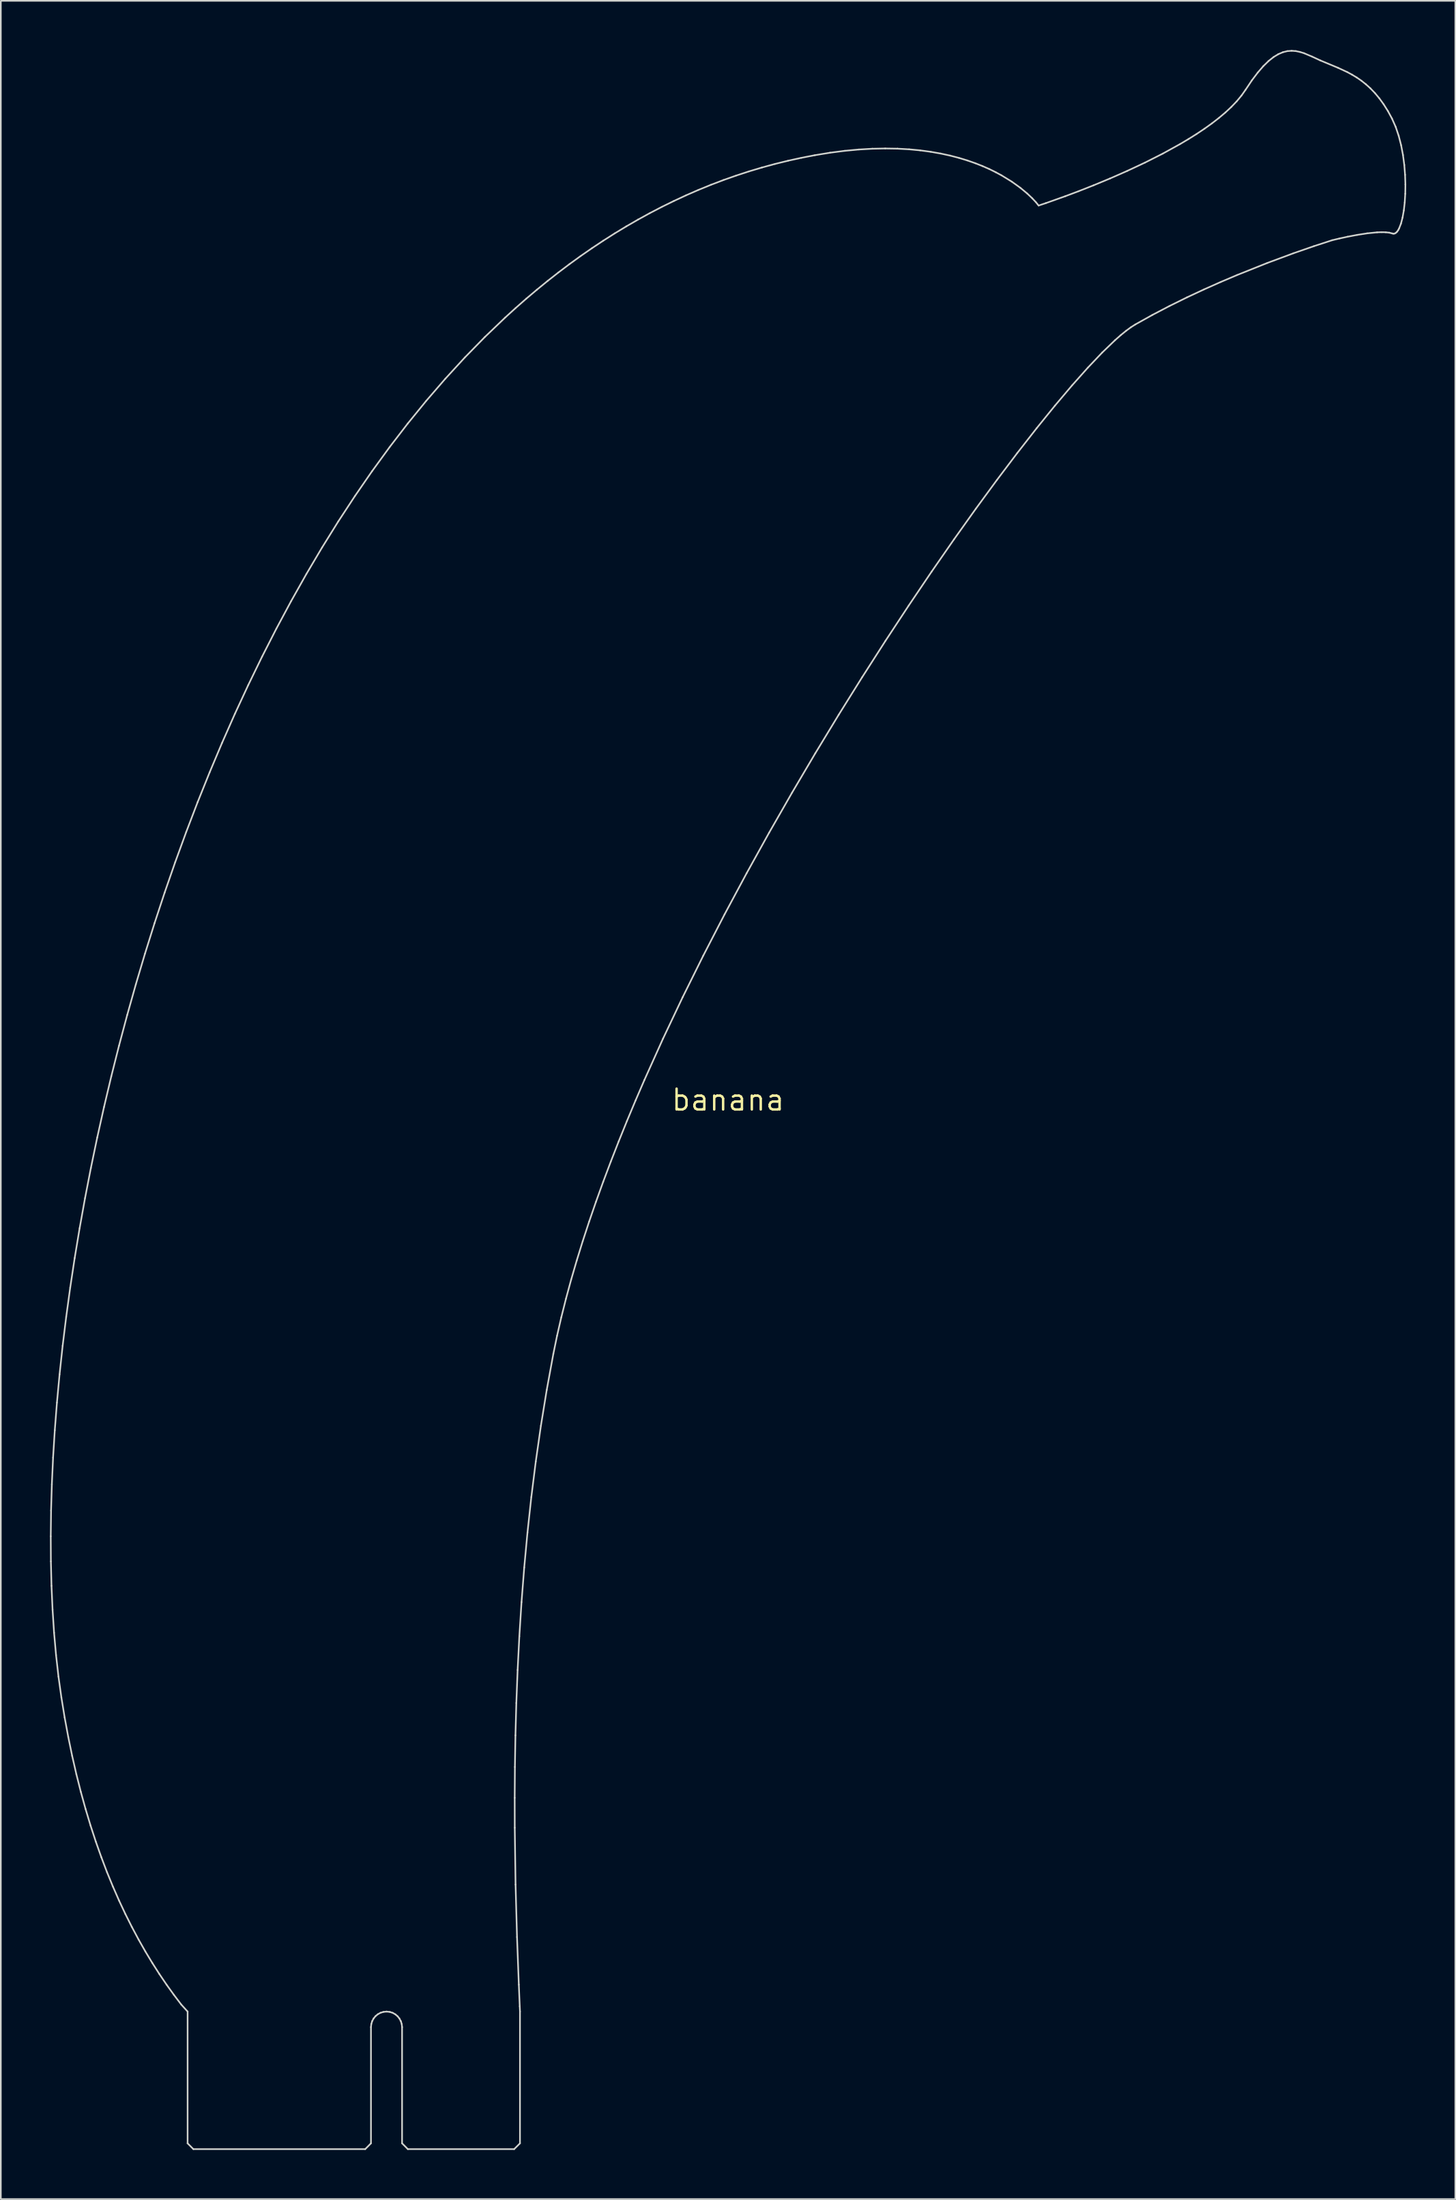
<source format=kicad_pcb>
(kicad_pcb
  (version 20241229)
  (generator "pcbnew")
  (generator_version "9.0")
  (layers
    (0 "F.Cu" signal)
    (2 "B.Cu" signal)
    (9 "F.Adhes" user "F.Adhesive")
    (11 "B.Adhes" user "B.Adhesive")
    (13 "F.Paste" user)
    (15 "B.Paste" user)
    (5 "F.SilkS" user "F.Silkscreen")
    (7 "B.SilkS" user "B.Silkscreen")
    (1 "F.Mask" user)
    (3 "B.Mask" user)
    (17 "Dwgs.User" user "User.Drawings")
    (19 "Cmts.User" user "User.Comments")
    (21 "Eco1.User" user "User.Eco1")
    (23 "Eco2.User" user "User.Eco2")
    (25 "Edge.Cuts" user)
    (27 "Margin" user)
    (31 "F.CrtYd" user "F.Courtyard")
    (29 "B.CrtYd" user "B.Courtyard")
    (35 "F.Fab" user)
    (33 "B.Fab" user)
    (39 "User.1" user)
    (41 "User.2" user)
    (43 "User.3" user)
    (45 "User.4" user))
  (footprint "banana"
    (layer "F.Cu")
    (at 41.417 64.1)
    (property "Reference" "banana" (at 0 0 0) (layer "F.SilkS") (effects (font (size 1.27 1.27) (thickness 0.15))))
    (attr through_hole)
    (fp_line (start -41.367 26.636) (end -41.359 28.168) (stroke (width 0.1) (type solid)) (layer "Edge.Cuts"))
    (fp_line (start -41.359 28.168) (end -41.322 29.661) (stroke (width 0.1) (type solid)) (layer "Edge.Cuts"))
    (fp_line (start -41.348 25.068) (end -41.367 26.636) (stroke (width 0.1) (type solid)) (layer "Edge.Cuts"))
    (fp_line (start -41.322 29.661) (end -41.257 31.113) (stroke (width 0.1) (type solid)) (layer "Edge.Cuts"))
    (fp_line (start -41.3 23.466) (end -41.348 25.068) (stroke (width 0.1) (type solid)) (layer "Edge.Cuts"))
    (fp_line (start -41.257 31.113) (end -41.165 32.523) (stroke (width 0.1) (type solid)) (layer "Edge.Cuts"))
    (fp_line (start -41.225 21.831) (end -41.3 23.466) (stroke (width 0.1) (type solid)) (layer "Edge.Cuts"))
    (fp_line (start -41.165 32.523) (end -41.044 33.888) (stroke (width 0.1) (type solid)) (layer "Edge.Cuts"))
    (fp_line (start -41.121 20.165) (end -41.225 21.831) (stroke (width 0.1) (type solid)) (layer "Edge.Cuts"))
    (fp_line (start -41.044 33.888) (end -40.895 35.206) (stroke (width 0.1) (type solid)) (layer "Edge.Cuts"))
    (fp_line (start -40.989 18.472) (end -41.121 20.165) (stroke (width 0.1) (type solid)) (layer "Edge.Cuts"))
    (fp_line (start -40.895 35.206) (end -40.718 36.475) (stroke (width 0.1) (type solid)) (layer "Edge.Cuts"))
    (fp_line (start -40.829 16.752) (end -40.989 18.472) (stroke (width 0.1) (type solid)) (layer "Edge.Cuts"))
    (fp_line (start -40.718 36.475) (end -40.518 37.701) (stroke (width 0.1) (type solid)) (layer "Edge.Cuts"))
    (fp_line (start -40.641 15.008) (end -40.829 16.752) (stroke (width 0.1) (type solid)) (layer "Edge.Cuts"))
    (fp_line (start -40.518 37.701) (end -40.298 38.89) (stroke (width 0.1) (type solid)) (layer "Edge.Cuts"))
    (fp_line (start -40.424 13.242) (end -40.641 15.008) (stroke (width 0.1) (type solid)) (layer "Edge.Cuts"))
    (fp_line (start -40.298 38.89) (end -40.06 40.042) (stroke (width 0.1) (type solid)) (layer "Edge.Cuts"))
    (fp_line (start -40.179 11.456) (end -40.424 13.242) (stroke (width 0.1) (type solid)) (layer "Edge.Cuts"))
    (fp_line (start -40.06 40.042) (end -39.804 41.159) (stroke (width 0.1) (type solid)) (layer "Edge.Cuts"))
    (fp_line (start -39.906 9.651) (end -40.179 11.456) (stroke (width 0.1) (type solid)) (layer "Edge.Cuts"))
    (fp_line (start -39.804 41.159) (end -39.53 42.241) (stroke (width 0.1) (type solid)) (layer "Edge.Cuts"))
    (fp_line (start -39.604 7.831) (end -39.906 9.651) (stroke (width 0.1) (type solid)) (layer "Edge.Cuts"))
    (fp_line (start -39.53 42.241) (end -39.24 43.288) (stroke (width 0.1) (type solid)) (layer "Edge.Cuts"))
    (fp_line (start -39.274 5.997) (end -39.604 7.831) (stroke (width 0.1) (type solid)) (layer "Edge.Cuts"))
    (fp_line (start -39.24 43.288) (end -38.935 44.301) (stroke (width 0.1) (type solid)) (layer "Edge.Cuts"))
    (fp_line (start -38.935 44.301) (end -38.614 45.281) (stroke (width 0.1) (type solid)) (layer "Edge.Cuts"))
    (fp_line (start -38.916 4.151) (end -39.274 5.997) (stroke (width 0.1) (type solid)) (layer "Edge.Cuts"))
    (fp_line (start -38.614 45.281) (end -38.279 46.227) (stroke (width 0.1) (type solid)) (layer "Edge.Cuts"))
    (fp_line (start -38.529 2.295) (end -38.916 4.151) (stroke (width 0.1) (type solid)) (layer "Edge.Cuts"))
    (fp_line (start -38.279 46.227) (end -37.931 47.142) (stroke (width 0.1) (type solid)) (layer "Edge.Cuts"))
    (fp_line (start -38.114 0.431) (end -38.529 2.295) (stroke (width 0.1) (type solid)) (layer "Edge.Cuts"))
    (fp_line (start -37.931 47.142) (end -37.569 48.024) (stroke (width 0.1) (type solid)) (layer "Edge.Cuts"))
    (fp_line (start -37.671 -1.438) (end -38.114 0.431) (stroke (width 0.1) (type solid)) (layer "Edge.Cuts"))
    (fp_line (start -37.569 48.024) (end -37.195 48.876) (stroke (width 0.1) (type solid)) (layer "Edge.Cuts"))
    (fp_line (start -37.199 -3.311) (end -37.671 -1.438) (stroke (width 0.1) (type solid)) (layer "Edge.Cuts"))
    (fp_line (start -37.195 48.876) (end -36.809 49.697) (stroke (width 0.1) (type solid)) (layer "Edge.Cuts"))
    (fp_line (start -36.809 49.697) (end -36.413 50.487) (stroke (width 0.1) (type solid)) (layer "Edge.Cuts"))
    (fp_line (start -36.698 -5.186) (end -37.199 -3.311) (stroke (width 0.1) (type solid)) (layer "Edge.Cuts"))
    (fp_line (start -36.413 50.487) (end -36.006 51.249) (stroke (width 0.1) (type solid)) (layer "Edge.Cuts"))
    (fp_line (start -36.17 -7.06) (end -36.698 -5.186) (stroke (width 0.1) (type solid)) (layer "Edge.Cuts"))
    (fp_line (start -36.006 51.249) (end -35.59 51.981) (stroke (width 0.1) (type solid)) (layer "Edge.Cuts"))
    (fp_line (start -35.612 -8.932) (end -36.17 -7.06) (stroke (width 0.1) (type solid)) (layer "Edge.Cuts"))
    (fp_line (start -35.59 51.981) (end -35.165 52.685) (stroke (width 0.1) (type solid)) (layer "Edge.Cuts"))
    (fp_line (start -35.165 52.685) (end -34.732 53.362) (stroke (width 0.1) (type solid)) (layer "Edge.Cuts"))
    (fp_line (start -35.026 -10.799) (end -35.612 -8.932) (stroke (width 0.1) (type solid)) (layer "Edge.Cuts"))
    (fp_line (start -34.732 53.362) (end -34.292 54.011) (stroke (width 0.1) (type solid)) (layer "Edge.Cuts"))
    (fp_line (start -34.411 -12.66) (end -35.026 -10.799) (stroke (width 0.1) (type solid)) (layer "Edge.Cuts"))
    (fp_line (start -34.292 54.011) (end -33.845 54.633) (stroke (width 0.1) (type solid)) (layer "Edge.Cuts"))
    (fp_line (start -33.845 54.633) (end -33.392 55.23) (stroke (width 0.1) (type solid)) (layer "Edge.Cuts"))
    (fp_line (start -33.768 -14.512) (end -34.411 -12.66) (stroke (width 0.1) (type solid)) (layer "Edge.Cuts"))
    (fp_line (start -33.392 55.23) (end -33.009 55.651) (stroke (width 0.1) (type solid)) (layer "Edge.Cuts"))
    (fp_line (start -33.096 -16.353) (end -33.768 -14.512) (stroke (width 0.1) (type solid)) (layer "Edge.Cuts"))
    (fp_line (start -33.009 63.695) (end -33.009 63.695) (stroke (width 0.1) (type solid)) (layer "Edge.Cuts"))
    (fp_line (start -33.009 63.695) (end -32.656 64.05) (stroke (width 0.1) (type solid)) (layer "Edge.Cuts"))
    (fp_line (start -33.009 55.651) (end -33.009 63.695) (stroke (width 0.1) (type solid)) (layer "Edge.Cuts"))
    (fp_line (start -32.656 64.05) (end -22.163 64.05) (stroke (width 0.1) (type solid)) (layer "Edge.Cuts"))
    (fp_line (start -32.396 -18.182) (end -33.096 -16.353) (stroke (width 0.1) (type solid)) (layer "Edge.Cuts"))
    (fp_line (start -31.666 -19.995) (end -32.396 -18.182) (stroke (width 0.1) (type solid)) (layer "Edge.Cuts"))
    (fp_line (start -30.908 -21.792) (end -31.666 -19.995) (stroke (width 0.1) (type solid)) (layer "Edge.Cuts"))
    (fp_line (start -30.122 -23.57) (end -30.908 -21.792) (stroke (width 0.1) (type solid)) (layer "Edge.Cuts"))
    (fp_line (start -29.306 -25.327) (end -30.122 -23.57) (stroke (width 0.1) (type solid)) (layer "Edge.Cuts"))
    (fp_line (start -28.462 -27.061) (end -29.306 -25.327) (stroke (width 0.1) (type solid)) (layer "Edge.Cuts"))
    (fp_line (start -27.589 -28.77) (end -28.462 -27.061) (stroke (width 0.1) (type solid)) (layer "Edge.Cuts"))
    (fp_line (start -26.687 -30.452) (end -27.589 -28.77) (stroke (width 0.1) (type solid)) (layer "Edge.Cuts"))
    (fp_line (start -25.757 -32.104) (end -26.687 -30.452) (stroke (width 0.1) (type solid)) (layer "Edge.Cuts"))
    (fp_line (start -24.797 -33.726) (end -25.757 -32.104) (stroke (width 0.1) (type solid)) (layer "Edge.Cuts"))
    (fp_line (start -23.809 -35.314) (end -24.797 -33.726) (stroke (width 0.1) (type solid)) (layer "Edge.Cuts"))
    (fp_line (start -22.791 -36.866) (end -23.809 -35.314) (stroke (width 0.1) (type solid)) (layer "Edge.Cuts"))
    (fp_line (start -22.163 64.05) (end -21.81 63.695) (stroke (width 0.1) (type solid)) (layer "Edge.Cuts"))
    (fp_line (start -21.81 63.695) (end -21.81 56.601) (stroke (width 0.1) (type solid)) (layer "Edge.Cuts"))
    (fp_line (start -21.81 56.601) (end -21.79 56.41) (stroke (width 0.1) (type solid)) (layer "Edge.Cuts"))
    (fp_line (start -21.79 56.41) (end -21.734 56.232) (stroke (width 0.1) (type solid)) (layer "Edge.Cuts"))
    (fp_line (start -21.745 -38.382) (end -22.791 -36.866) (stroke (width 0.1) (type solid)) (layer "Edge.Cuts"))
    (fp_line (start -21.734 56.232) (end -21.647 56.071) (stroke (width 0.1) (type solid)) (layer "Edge.Cuts"))
    (fp_line (start -21.647 56.071) (end -21.531 55.93) (stroke (width 0.1) (type solid)) (layer "Edge.Cuts"))
    (fp_line (start -21.531 55.93) (end -21.39 55.815) (stroke (width 0.1) (type solid)) (layer "Edge.Cuts"))
    (fp_line (start -21.39 55.815) (end -21.229 55.727) (stroke (width 0.1) (type solid)) (layer "Edge.Cuts"))
    (fp_line (start -21.229 55.727) (end -21.05 55.672) (stroke (width 0.1) (type solid)) (layer "Edge.Cuts"))
    (fp_line (start -21.05 55.672) (end -20.859 55.653) (stroke (width 0.1) (type solid)) (layer "Edge.Cuts"))
    (fp_line (start -20.859 55.653) (end -20.661 55.673) (stroke (width 0.1) (type solid)) (layer "Edge.Cuts"))
    (fp_line (start -20.67 -39.857) (end -21.745 -38.382) (stroke (width 0.1) (type solid)) (layer "Edge.Cuts"))
    (fp_line (start -20.661 55.673) (end -20.48 55.731) (stroke (width 0.1) (type solid)) (layer "Edge.Cuts"))
    (fp_line (start -20.48 55.731) (end -20.32 55.822) (stroke (width 0.1) (type solid)) (layer "Edge.Cuts"))
    (fp_line (start -20.32 55.822) (end -20.181 55.94) (stroke (width 0.1) (type solid)) (layer "Edge.Cuts"))
    (fp_line (start -20.181 55.94) (end -20.069 56.082) (stroke (width 0.1) (type solid)) (layer "Edge.Cuts"))
    (fp_line (start -20.069 56.082) (end -19.984 56.243) (stroke (width 0.1) (type solid)) (layer "Edge.Cuts"))
    (fp_line (start -19.984 56.243) (end -19.93 56.417) (stroke (width 0.1) (type solid)) (layer "Edge.Cuts"))
    (fp_line (start -19.93 56.417) (end -19.91 56.601) (stroke (width 0.1) (type solid)) (layer "Edge.Cuts"))
    (fp_line (start -19.91 63.695) (end -19.557 64.05) (stroke (width 0.1) (type solid)) (layer "Edge.Cuts"))
    (fp_line (start -19.91 56.601) (end -19.91 63.695) (stroke (width 0.1) (type solid)) (layer "Edge.Cuts"))
    (fp_line (start -19.566 -41.292) (end -20.67 -39.857) (stroke (width 0.1) (type solid)) (layer "Edge.Cuts"))
    (fp_line (start -19.557 64.05) (end -13.065 64.05) (stroke (width 0.1) (type solid)) (layer "Edge.Cuts"))
    (fp_line (start -18.432 -42.683) (end -19.566 -41.292) (stroke (width 0.1) (type solid)) (layer "Edge.Cuts"))
    (fp_line (start -17.27 -44.028) (end -18.432 -42.683) (stroke (width 0.1) (type solid)) (layer "Edge.Cuts"))
    (fp_line (start -16.079 -45.325) (end -17.27 -44.028) (stroke (width 0.1) (type solid)) (layer "Edge.Cuts"))
    (fp_line (start -14.858 -46.573) (end -16.079 -45.325) (stroke (width 0.1) (type solid)) (layer "Edge.Cuts"))
    (fp_line (start -13.608 -47.769) (end -14.858 -46.573) (stroke (width 0.1) (type solid)) (layer "Edge.Cuts"))
    (fp_line (start -13.065 64.05) (end -12.709 63.695) (stroke (width 0.1) (type solid)) (layer "Edge.Cuts"))
    (fp_line (start -13.032 42.6) (end -13.019 40.719) (stroke (width 0.1) (type solid)) (layer "Edge.Cuts"))
    (fp_line (start -13.028 44.426) (end -13.032 42.6) (stroke (width 0.1) (type solid)) (layer "Edge.Cuts"))
    (fp_line (start -13.019 40.719) (end -12.986 38.789) (stroke (width 0.1) (type solid)) (layer "Edge.Cuts"))
    (fp_line (start -12.986 38.789) (end -12.932 36.814) (stroke (width 0.1) (type solid)) (layer "Edge.Cuts"))
    (fp_line (start -12.979 47.899) (end -13.028 44.426) (stroke (width 0.1) (type solid)) (layer "Edge.Cuts"))
    (fp_line (start -12.973 -48.347) (end -13.608 -47.769) (stroke (width 0.1) (type solid)) (layer "Edge.Cuts"))
    (fp_line (start -12.932 36.814) (end -12.853 34.797) (stroke (width 0.1) (type solid)) (layer "Edge.Cuts"))
    (fp_line (start -12.89 51.104) (end -12.979 47.899) (stroke (width 0.1) (type solid)) (layer "Edge.Cuts"))
    (fp_line (start -12.853 34.797) (end -12.748 32.743) (stroke (width 0.1) (type solid)) (layer "Edge.Cuts"))
    (fp_line (start -12.78 54.006) (end -12.89 51.104) (stroke (width 0.1) (type solid)) (layer "Edge.Cuts"))
    (fp_line (start -12.748 32.743) (end -12.615 30.657) (stroke (width 0.1) (type solid)) (layer "Edge.Cuts"))
    (fp_line (start -12.723 55.333) (end -12.78 54.006) (stroke (width 0.1) (type solid)) (layer "Edge.Cuts"))
    (fp_line (start -12.709 55.651) (end -12.723 55.333) (stroke (width 0.1) (type solid)) (layer "Edge.Cuts"))
    (fp_line (start -12.709 63.695) (end -12.709 55.651) (stroke (width 0.1) (type solid)) (layer "Edge.Cuts"))
    (fp_line (start -12.615 30.657) (end -12.45 28.542) (stroke (width 0.1) (type solid)) (layer "Edge.Cuts"))
    (fp_line (start -12.45 28.542) (end -12.251 26.404) (stroke (width 0.1) (type solid)) (layer "Edge.Cuts"))
    (fp_line (start -12.33 -48.912) (end -12.973 -48.347) (stroke (width 0.1) (type solid)) (layer "Edge.Cuts"))
    (fp_line (start -12.251 26.404) (end -12.017 24.246) (stroke (width 0.1) (type solid)) (layer "Edge.Cuts"))
    (fp_line (start -12.017 24.246) (end -11.744 22.072) (stroke (width 0.1) (type solid)) (layer "Edge.Cuts"))
    (fp_line (start -11.744 22.072) (end -11.431 19.888) (stroke (width 0.1) (type solid)) (layer "Edge.Cuts"))
    (fp_line (start -11.679 -49.462) (end -12.33 -48.912) (stroke (width 0.1) (type solid)) (layer "Edge.Cuts"))
    (fp_line (start -11.431 19.888) (end -11.074 17.697) (stroke (width 0.1) (type solid)) (layer "Edge.Cuts"))
    (fp_line (start -11.074 17.697) (end -10.672 15.503) (stroke (width 0.1) (type solid)) (layer "Edge.Cuts"))
    (fp_line (start -11.022 -49.998) (end -11.679 -49.462) (stroke (width 0.1) (type solid)) (layer "Edge.Cuts"))
    (fp_line (start -10.672 15.503) (end -10.445 14.397) (stroke (width 0.1) (type solid)) (layer "Edge.Cuts"))
    (fp_line (start -10.445 14.397) (end -10.187 13.273) (stroke (width 0.1) (type solid)) (layer "Edge.Cuts"))
    (fp_line (start -10.357 -50.52) (end -11.022 -49.998) (stroke (width 0.1) (type solid)) (layer "Edge.Cuts"))
    (fp_line (start -10.187 13.273) (end -9.9 12.133) (stroke (width 0.1) (type solid)) (layer "Edge.Cuts"))
    (fp_line (start -9.9 12.133) (end -9.586 10.976) (stroke (width 0.1) (type solid)) (layer "Edge.Cuts"))
    (fp_line (start -9.685 -51.027) (end -10.357 -50.52) (stroke (width 0.1) (type solid)) (layer "Edge.Cuts"))
    (fp_line (start -9.586 10.976) (end -9.244 9.805) (stroke (width 0.1) (type solid)) (layer "Edge.Cuts"))
    (fp_line (start -9.244 9.805) (end -8.877 8.621) (stroke (width 0.1) (type solid)) (layer "Edge.Cuts"))
    (fp_line (start -9.005 -51.519) (end -9.685 -51.027) (stroke (width 0.1) (type solid)) (layer "Edge.Cuts"))
    (fp_line (start -8.877 8.621) (end -8.484 7.423) (stroke (width 0.1) (type solid)) (layer "Edge.Cuts"))
    (fp_line (start -8.484 7.423) (end -8.067 6.214) (stroke (width 0.1) (type solid)) (layer "Edge.Cuts"))
    (fp_line (start -8.318 -51.995) (end -9.005 -51.519) (stroke (width 0.1) (type solid)) (layer "Edge.Cuts"))
    (fp_line (start -8.067 6.214) (end -7.627 4.995) (stroke (width 0.1) (type solid)) (layer "Edge.Cuts"))
    (fp_line (start -7.627 4.995) (end -7.164 3.766) (stroke (width 0.1) (type solid)) (layer "Edge.Cuts"))
    (fp_line (start -7.624 -52.456) (end -8.318 -51.995) (stroke (width 0.1) (type solid)) (layer "Edge.Cuts"))
    (fp_line (start -7.164 3.766) (end -6.68 2.529) (stroke (width 0.1) (type solid)) (layer "Edge.Cuts"))
    (fp_line (start -6.923 -52.902) (end -7.624 -52.456) (stroke (width 0.1) (type solid)) (layer "Edge.Cuts"))
    (fp_line (start -6.68 2.529) (end -6.176 1.285) (stroke (width 0.1) (type solid)) (layer "Edge.Cuts"))
    (fp_line (start -6.214 -53.331) (end -6.923 -52.902) (stroke (width 0.1) (type solid)) (layer "Edge.Cuts"))
    (fp_line (start -6.176 1.285) (end -5.652 0.034) (stroke (width 0.1) (type solid)) (layer "Edge.Cuts"))
    (fp_line (start -5.652 0.034) (end -5.109 -1.222) (stroke (width 0.1) (type solid)) (layer "Edge.Cuts"))
    (fp_line (start -5.498 -53.744) (end -6.214 -53.331) (stroke (width 0.1) (type solid)) (layer "Edge.Cuts"))
    (fp_line (start -5.109 -1.222) (end -3.972 -3.745) (stroke (width 0.1) (type solid)) (layer "Edge.Cuts"))
    (fp_line (start -4.775 -54.141) (end -5.498 -53.744) (stroke (width 0.1) (type solid)) (layer "Edge.Cuts"))
    (fp_line (start -4.044 -54.521) (end -4.775 -54.141) (stroke (width 0.1) (type solid)) (layer "Edge.Cuts"))
    (fp_line (start -3.972 -3.745) (end -2.772 -6.276) (stroke (width 0.1) (type solid)) (layer "Edge.Cuts"))
    (fp_line (start -3.306 -54.883) (end -4.044 -54.521) (stroke (width 0.1) (type solid)) (layer "Edge.Cuts"))
    (fp_line (start -2.772 -6.276) (end -1.517 -8.807) (stroke (width 0.1) (type solid)) (layer "Edge.Cuts"))
    (fp_line (start -2.561 -55.229) (end -3.306 -54.883) (stroke (width 0.1) (type solid)) (layer "Edge.Cuts"))
    (fp_line (start -1.808 -55.557) (end -2.561 -55.229) (stroke (width 0.1) (type solid)) (layer "Edge.Cuts"))
    (fp_line (start -1.517 -8.807) (end -0.214 -11.33) (stroke (width 0.1) (type solid)) (layer "Edge.Cuts"))
    (fp_line (start -1.048 -55.867) (end -1.808 -55.557) (stroke (width 0.1) (type solid)) (layer "Edge.Cuts"))
    (fp_line (start -0.281 -56.159) (end -1.048 -55.867) (stroke (width 0.1) (type solid)) (layer "Edge.Cuts"))
    (fp_line (start -0.214 -11.33) (end 1.13 -13.835) (stroke (width 0.1) (type solid)) (layer "Edge.Cuts"))
    (fp_line (start 0.494 -56.432) (end -0.281 -56.159) (stroke (width 0.1) (type solid)) (layer "Edge.Cuts"))
    (fp_line (start 1.13 -13.835) (end 2.506 -16.315) (stroke (width 0.1) (type solid)) (layer "Edge.Cuts"))
    (fp_line (start 1.276 -56.687) (end 0.494 -56.432) (stroke (width 0.1) (type solid)) (layer "Edge.Cuts"))
    (fp_line (start 2.066 -56.923) (end 1.276 -56.687) (stroke (width 0.1) (type solid)) (layer "Edge.Cuts"))
    (fp_line (start 2.506 -16.315) (end 3.908 -18.76) (stroke (width 0.1) (type solid)) (layer "Edge.Cuts"))
    (fp_line (start 2.862 -57.141) (end 2.066 -56.923) (stroke (width 0.1) (type solid)) (layer "Edge.Cuts"))
    (fp_line (start 3.666 -57.338) (end 2.862 -57.141) (stroke (width 0.1) (type solid)) (layer "Edge.Cuts"))
    (fp_line (start 3.908 -18.76) (end 5.327 -21.163) (stroke (width 0.1) (type solid)) (layer "Edge.Cuts"))
    (fp_line (start 4.478 -57.516) (end 3.666 -57.338) (stroke (width 0.1) (type solid)) (layer "Edge.Cuts"))
    (fp_line (start 5.297 -57.675) (end 4.478 -57.516) (stroke (width 0.1) (type solid)) (layer "Edge.Cuts"))
    (fp_line (start 5.327 -21.163) (end 6.757 -23.516) (stroke (width 0.1) (type solid)) (layer "Edge.Cuts"))
    (fp_line (start 6.233 -57.828) (end 5.297 -57.675) (stroke (width 0.1) (type solid)) (layer "Edge.Cuts"))
    (fp_line (start 6.757 -23.516) (end 8.19 -25.809) (stroke (width 0.1) (type solid)) (layer "Edge.Cuts"))
    (fp_line (start 7.131 -57.943) (end 6.233 -57.828) (stroke (width 0.1) (type solid)) (layer "Edge.Cuts"))
    (fp_line (start 7.99 -58.023) (end 7.131 -57.943) (stroke (width 0.1) (type solid)) (layer "Edge.Cuts"))
    (fp_line (start 8.19 -25.809) (end 9.617 -28.034) (stroke (width 0.1) (type solid)) (layer "Edge.Cuts"))
    (fp_line (start 8.812 -58.07) (end 7.99 -58.023) (stroke (width 0.1) (type solid)) (layer "Edge.Cuts"))
    (fp_line (start 9.597 -58.086) (end 8.812 -58.07) (stroke (width 0.1) (type solid)) (layer "Edge.Cuts"))
    (fp_line (start 9.617 -28.034) (end 11.033 -30.183) (stroke (width 0.1) (type solid)) (layer "Edge.Cuts"))
    (fp_line (start 10.345 -58.074) (end 9.597 -58.086) (stroke (width 0.1) (type solid)) (layer "Edge.Cuts"))
    (fp_line (start 11.033 -30.183) (end 12.428 -32.248) (stroke (width 0.1) (type solid)) (layer "Edge.Cuts"))
    (fp_line (start 11.057 -58.034) (end 10.345 -58.074) (stroke (width 0.1) (type solid)) (layer "Edge.Cuts"))
    (fp_line (start 11.735 -57.97) (end 11.057 -58.034) (stroke (width 0.1) (type solid)) (layer "Edge.Cuts"))
    (fp_line (start 12.377 -57.883) (end 11.735 -57.97) (stroke (width 0.1) (type solid)) (layer "Edge.Cuts"))
    (fp_line (start 12.428 -32.248) (end 13.796 -34.219) (stroke (width 0.1) (type solid)) (layer "Edge.Cuts"))
    (fp_line (start 12.986 -57.776) (end 12.377 -57.883) (stroke (width 0.1) (type solid)) (layer "Edge.Cuts"))
    (fp_line (start 13.561 -57.651) (end 12.986 -57.776) (stroke (width 0.1) (type solid)) (layer "Edge.Cuts"))
    (fp_line (start 13.796 -34.219) (end 15.129 -36.089) (stroke (width 0.1) (type solid)) (layer "Edge.Cuts"))
    (fp_line (start 14.103 -57.51) (end 13.561 -57.651) (stroke (width 0.1) (type solid)) (layer "Edge.Cuts"))
    (fp_line (start 14.613 -57.355) (end 14.103 -57.51) (stroke (width 0.1) (type solid)) (layer "Edge.Cuts"))
    (fp_line (start 15.092 -57.188) (end 14.613 -57.355) (stroke (width 0.1) (type solid)) (layer "Edge.Cuts"))
    (fp_line (start 15.129 -36.089) (end 16.42 -37.849) (stroke (width 0.1) (type solid)) (layer "Edge.Cuts"))
    (fp_line (start 15.539 -57.012) (end 15.092 -57.188) (stroke (width 0.1) (type solid)) (layer "Edge.Cuts"))
    (fp_line (start 15.956 -56.828) (end 15.539 -57.012) (stroke (width 0.1) (type solid)) (layer "Edge.Cuts"))
    (fp_line (start 16.343 -56.638) (end 15.956 -56.828) (stroke (width 0.1) (type solid)) (layer "Edge.Cuts"))
    (fp_line (start 16.42 -37.849) (end 17.661 -39.491) (stroke (width 0.1) (type solid)) (layer "Edge.Cuts"))
    (fp_line (start 16.7 -56.446) (end 16.343 -56.638) (stroke (width 0.1) (type solid)) (layer "Edge.Cuts"))
    (fp_line (start 17.33 -56.059) (end 16.7 -56.446) (stroke (width 0.1) (type solid)) (layer "Edge.Cuts"))
    (fp_line (start 17.661 -39.491) (end 18.844 -41.005) (stroke (width 0.1) (type solid)) (layer "Edge.Cuts"))
    (fp_line (start 17.85 -55.685) (end 17.33 -56.059) (stroke (width 0.1) (type solid)) (layer "Edge.Cuts"))
    (fp_line (start 18.265 -55.341) (end 17.85 -55.685) (stroke (width 0.1) (type solid)) (layer "Edge.Cuts"))
    (fp_line (start 18.579 -55.043) (end 18.265 -55.341) (stroke (width 0.1) (type solid)) (layer "Edge.Cuts"))
    (fp_line (start 18.798 -54.81) (end 18.579 -55.043) (stroke (width 0.1) (type solid)) (layer "Edge.Cuts"))
    (fp_line (start 18.844 -41.005) (end 19.962 -42.385) (stroke (width 0.1) (type solid)) (layer "Edge.Cuts"))
    (fp_line (start 18.967 -54.602) (end 18.798 -54.81) (stroke (width 0.1) (type solid)) (layer "Edge.Cuts"))
    (fp_line (start 19.411 -54.751) (end 18.967 -54.602) (stroke (width 0.1) (type solid)) (layer "Edge.Cuts"))
    (fp_line (start 19.962 -42.385) (end 21.008 -43.621) (stroke (width 0.1) (type solid)) (layer "Edge.Cuts"))
    (fp_line (start 20.603 -55.175) (end 19.411 -54.751) (stroke (width 0.1) (type solid)) (layer "Edge.Cuts"))
    (fp_line (start 21.008 -43.621) (end 21.973 -44.704) (stroke (width 0.1) (type solid)) (layer "Edge.Cuts"))
    (fp_line (start 21.413 -55.479) (end 20.603 -55.175) (stroke (width 0.1) (type solid)) (layer "Edge.Cuts"))
    (fp_line (start 21.973 -44.704) (end 22.851 -45.628) (stroke (width 0.1) (type solid)) (layer "Edge.Cuts"))
    (fp_line (start 22.331 -55.841) (end 21.413 -55.479) (stroke (width 0.1) (type solid)) (layer "Edge.Cuts"))
    (fp_line (start 22.851 -45.628) (end 23.634 -46.382) (stroke (width 0.1) (type solid)) (layer "Edge.Cuts"))
    (fp_line (start 23.33 -56.255) (end 22.331 -55.841) (stroke (width 0.1) (type solid)) (layer "Edge.Cuts"))
    (fp_line (start 23.634 -46.382) (end 23.987 -46.693) (stroke (width 0.1) (type solid)) (layer "Edge.Cuts"))
    (fp_line (start 23.987 -46.693) (end 24.314 -46.959) (stroke (width 0.1) (type solid)) (layer "Edge.Cuts"))
    (fp_line (start 24.314 -46.959) (end 24.613 -47.178) (stroke (width 0.1) (type solid)) (layer "Edge.Cuts"))
    (fp_line (start 24.383 -56.718) (end 23.33 -56.255) (stroke (width 0.1) (type solid)) (layer "Edge.Cuts"))
    (fp_line (start 24.613 -47.178) (end 24.883 -47.349) (stroke (width 0.1) (type solid)) (layer "Edge.Cuts"))
    (fp_line (start 24.883 -47.349) (end 25.919 -47.926) (stroke (width 0.1) (type solid)) (layer "Edge.Cuts"))
    (fp_line (start 25.465 -57.225) (end 24.383 -56.718) (stroke (width 0.1) (type solid)) (layer "Edge.Cuts"))
    (fp_line (start 25.919 -47.926) (end 26.968 -48.474) (stroke (width 0.1) (type solid)) (layer "Edge.Cuts"))
    (fp_line (start 26.549 -57.772) (end 25.465 -57.225) (stroke (width 0.1) (type solid)) (layer "Edge.Cuts"))
    (fp_line (start 26.968 -48.474) (end 28.021 -48.993) (stroke (width 0.1) (type solid)) (layer "Edge.Cuts"))
    (fp_line (start 27.608 -58.356) (end 26.549 -57.772) (stroke (width 0.1) (type solid)) (layer "Edge.Cuts"))
    (fp_line (start 28.021 -48.993) (end 29.065 -49.48) (stroke (width 0.1) (type solid)) (layer "Edge.Cuts"))
    (fp_line (start 28.12 -58.66) (end 27.608 -58.356) (stroke (width 0.1) (type solid)) (layer "Edge.Cuts"))
    (fp_line (start 28.616 -58.971) (end 28.12 -58.66) (stroke (width 0.1) (type solid)) (layer "Edge.Cuts"))
    (fp_line (start 29.065 -49.48) (end 30.09 -49.936) (stroke (width 0.1) (type solid)) (layer "Edge.Cuts"))
    (fp_line (start 29.093 -59.29) (end 28.616 -58.971) (stroke (width 0.1) (type solid)) (layer "Edge.Cuts"))
    (fp_line (start 29.547 -59.615) (end 29.093 -59.29) (stroke (width 0.1) (type solid)) (layer "Edge.Cuts"))
    (fp_line (start 29.975 -59.947) (end 29.547 -59.615) (stroke (width 0.1) (type solid)) (layer "Edge.Cuts"))
    (fp_line (start 30.09 -49.936) (end 31.084 -50.358) (stroke (width 0.1) (type solid)) (layer "Edge.Cuts"))
    (fp_line (start 30.374 -60.283) (end 29.975 -59.947) (stroke (width 0.1) (type solid)) (layer "Edge.Cuts"))
    (fp_line (start 30.74 -60.625) (end 30.374 -60.283) (stroke (width 0.1) (type solid)) (layer "Edge.Cuts"))
    (fp_line (start 31.071 -60.971) (end 30.74 -60.625) (stroke (width 0.1) (type solid)) (layer "Edge.Cuts"))
    (fp_line (start 31.084 -50.358) (end 32.937 -51.098) (stroke (width 0.1) (type solid)) (layer "Edge.Cuts"))
    (fp_line (start 31.362 -61.322) (end 31.071 -60.971) (stroke (width 0.1) (type solid)) (layer "Edge.Cuts"))
    (fp_line (start 31.61 -61.675) (end 31.362 -61.322) (stroke (width 0.1) (type solid)) (layer "Edge.Cuts"))
    (fp_line (start 31.991 -62.244) (end 31.61 -61.675) (stroke (width 0.1) (type solid)) (layer "Edge.Cuts"))
    (fp_line (start 32.351 -62.72) (end 31.991 -62.244) (stroke (width 0.1) (type solid)) (layer "Edge.Cuts"))
    (fp_line (start 32.691 -63.113) (end 32.351 -62.72) (stroke (width 0.1) (type solid)) (layer "Edge.Cuts"))
    (fp_line (start 32.937 -51.098) (end 34.533 -51.69) (stroke (width 0.1) (type solid)) (layer "Edge.Cuts"))
    (fp_line (start 33.013 -63.427) (end 32.691 -63.113) (stroke (width 0.1) (type solid)) (layer "Edge.Cuts"))
    (fp_line (start 33.319 -63.669) (end 33.013 -63.427) (stroke (width 0.1) (type solid)) (layer "Edge.Cuts"))
    (fp_line (start 33.611 -63.846) (end 33.319 -63.669) (stroke (width 0.1) (type solid)) (layer "Edge.Cuts"))
    (fp_line (start 33.891 -63.964) (end 33.611 -63.846) (stroke (width 0.1) (type solid)) (layer "Edge.Cuts"))
    (fp_line (start 34.161 -64.03) (end 33.891 -63.964) (stroke (width 0.1) (type solid)) (layer "Edge.Cuts"))
    (fp_line (start 34.422 -64.05) (end 34.161 -64.03) (stroke (width 0.1) (type solid)) (layer "Edge.Cuts"))
    (fp_line (start 34.533 -51.69) (end 35.784 -52.124) (stroke (width 0.1) (type solid)) (layer "Edge.Cuts"))
    (fp_line (start 34.677 -64.031) (end 34.422 -64.05) (stroke (width 0.1) (type solid)) (layer "Edge.Cuts"))
    (fp_line (start 34.928 -63.979) (end 34.677 -64.031) (stroke (width 0.1) (type solid)) (layer "Edge.Cuts"))
    (fp_line (start 35.176 -63.902) (end 34.928 -63.979) (stroke (width 0.1) (type solid)) (layer "Edge.Cuts"))
    (fp_line (start 35.671 -63.693) (end 35.176 -63.902) (stroke (width 0.1) (type solid)) (layer "Edge.Cuts"))
    (fp_line (start 35.784 -52.124) (end 36.892 -52.484) (stroke (width 0.1) (type solid)) (layer "Edge.Cuts"))
    (fp_line (start 36.179 -63.458) (end 35.671 -63.693) (stroke (width 0.1) (type solid)) (layer "Edge.Cuts"))
    (fp_line (start 36.892 -52.484) (end 37.349 -52.593) (stroke (width 0.1) (type solid)) (layer "Edge.Cuts"))
    (fp_line (start 37.261 -63.007) (end 36.179 -63.458) (stroke (width 0.1) (type solid)) (layer "Edge.Cuts"))
    (fp_line (start 37.349 -52.593) (end 37.835 -52.698) (stroke (width 0.1) (type solid)) (layer "Edge.Cuts"))
    (fp_line (start 37.824 -62.746) (end 37.261 -63.007) (stroke (width 0.1) (type solid)) (layer "Edge.Cuts"))
    (fp_line (start 37.835 -52.698) (end 38.417 -52.809) (stroke (width 0.1) (type solid)) (layer "Edge.Cuts"))
    (fp_line (start 38.107 -62.593) (end 37.824 -62.746) (stroke (width 0.1) (type solid)) (layer "Edge.Cuts"))
    (fp_line (start 38.391 -62.422) (end 38.107 -62.593) (stroke (width 0.1) (type solid)) (layer "Edge.Cuts"))
    (fp_line (start 38.417 -52.809) (end 39.038 -52.905) (stroke (width 0.1) (type solid)) (layer "Edge.Cuts"))
    (fp_line (start 38.674 -62.227) (end 38.391 -62.422) (stroke (width 0.1) (type solid)) (layer "Edge.Cuts"))
    (fp_line (start 38.954 -62.006) (end 38.674 -62.227) (stroke (width 0.1) (type solid)) (layer "Edge.Cuts"))
    (fp_line (start 39.038 -52.905) (end 39.641 -52.966) (stroke (width 0.1) (type solid)) (layer "Edge.Cuts"))
    (fp_line (start 39.232 -61.755) (end 38.954 -62.006) (stroke (width 0.1) (type solid)) (layer "Edge.Cuts"))
    (fp_line (start 39.507 -61.469) (end 39.232 -61.755) (stroke (width 0.1) (type solid)) (layer "Edge.Cuts"))
    (fp_line (start 39.641 -52.966) (end 39.918 -52.976) (stroke (width 0.1) (type solid)) (layer "Edge.Cuts"))
    (fp_line (start 39.776 -61.146) (end 39.507 -61.469) (stroke (width 0.1) (type solid)) (layer "Edge.Cuts"))
    (fp_line (start 39.918 -52.976) (end 40.169 -52.97) (stroke (width 0.1) (type solid)) (layer "Edge.Cuts"))
    (fp_line (start 40.04 -60.782) (end 39.776 -61.146) (stroke (width 0.1) (type solid)) (layer "Edge.Cuts"))
    (fp_line (start 40.169 -52.97) (end 40.387 -52.945) (stroke (width 0.1) (type solid)) (layer "Edge.Cuts"))
    (fp_line (start 40.298 -60.373) (end 40.04 -60.782) (stroke (width 0.1) (type solid)) (layer "Edge.Cuts"))
    (fp_line (start 40.387 -52.945) (end 40.566 -52.898) (stroke (width 0.1) (type solid)) (layer "Edge.Cuts"))
    (fp_line (start 40.547 -59.915) (end 40.298 -60.373) (stroke (width 0.1) (type solid)) (layer "Edge.Cuts"))
    (fp_line (start 40.566 -52.898) (end 40.643 -52.883) (stroke (width 0.1) (type solid)) (layer "Edge.Cuts"))
    (fp_line (start 40.643 -52.883) (end 40.717 -52.896) (stroke (width 0.1) (type solid)) (layer "Edge.Cuts"))
    (fp_line (start 40.717 -52.896) (end 40.789 -52.937) (stroke (width 0.1) (type solid)) (layer "Edge.Cuts"))
    (fp_line (start 40.773 -59.408) (end 40.547 -59.915) (stroke (width 0.1) (type solid)) (layer "Edge.Cuts"))
    (fp_line (start 40.789 -52.937) (end 40.858 -53.003) (stroke (width 0.1) (type solid)) (layer "Edge.Cuts"))
    (fp_line (start 40.858 -53.003) (end 40.923 -53.094) (stroke (width 0.1) (type solid)) (layer "Edge.Cuts"))
    (fp_line (start 40.923 -53.094) (end 40.985 -53.208) (stroke (width 0.1) (type solid)) (layer "Edge.Cuts"))
    (fp_line (start 40.958 -58.86) (end 40.773 -59.408) (stroke (width 0.1) (type solid)) (layer "Edge.Cuts"))
    (fp_line (start 40.985 -53.208) (end 41.098 -53.499) (stroke (width 0.1) (type solid)) (layer "Edge.Cuts"))
    (fp_line (start 41.098 -53.499) (end 41.194 -53.867) (stroke (width 0.1) (type solid)) (layer "Edge.Cuts"))
    (fp_line (start 41.107 -58.283) (end 40.958 -58.86) (stroke (width 0.1) (type solid)) (layer "Edge.Cuts"))
    (fp_line (start 41.194 -53.867) (end 41.271 -54.3) (stroke (width 0.1) (type solid)) (layer "Edge.Cuts"))
    (fp_line (start 41.22 -57.686) (end 41.107 -58.283) (stroke (width 0.1) (type solid)) (layer "Edge.Cuts"))
    (fp_line (start 41.271 -54.3) (end 41.327 -54.788) (stroke (width 0.1) (type solid)) (layer "Edge.Cuts"))
    (fp_line (start 41.3 -57.081) (end 41.22 -57.686) (stroke (width 0.1) (type solid)) (layer "Edge.Cuts"))
    (fp_line (start 41.327 -54.788) (end 41.36 -55.321) (stroke (width 0.1) (type solid)) (layer "Edge.Cuts"))
    (fp_line (start 41.348 -56.479) (end 41.3 -57.081) (stroke (width 0.1) (type solid)) (layer "Edge.Cuts"))
    (fp_line (start 41.36 -55.321) (end 41.368 -55.888) (stroke (width 0.1) (type solid)) (layer "Edge.Cuts"))
    (fp_line (start 41.368 -55.888) (end 41.348 -56.479) (stroke (width 0.1) (type solid)) (layer "Edge.Cuts")))
  (gr_rect
    (start -3 -3)
    (end 85.835 131.2)
    (stroke (width 0.1) (type default))
    (fill no)
    (layer "Edge.Cuts")))
</source>
